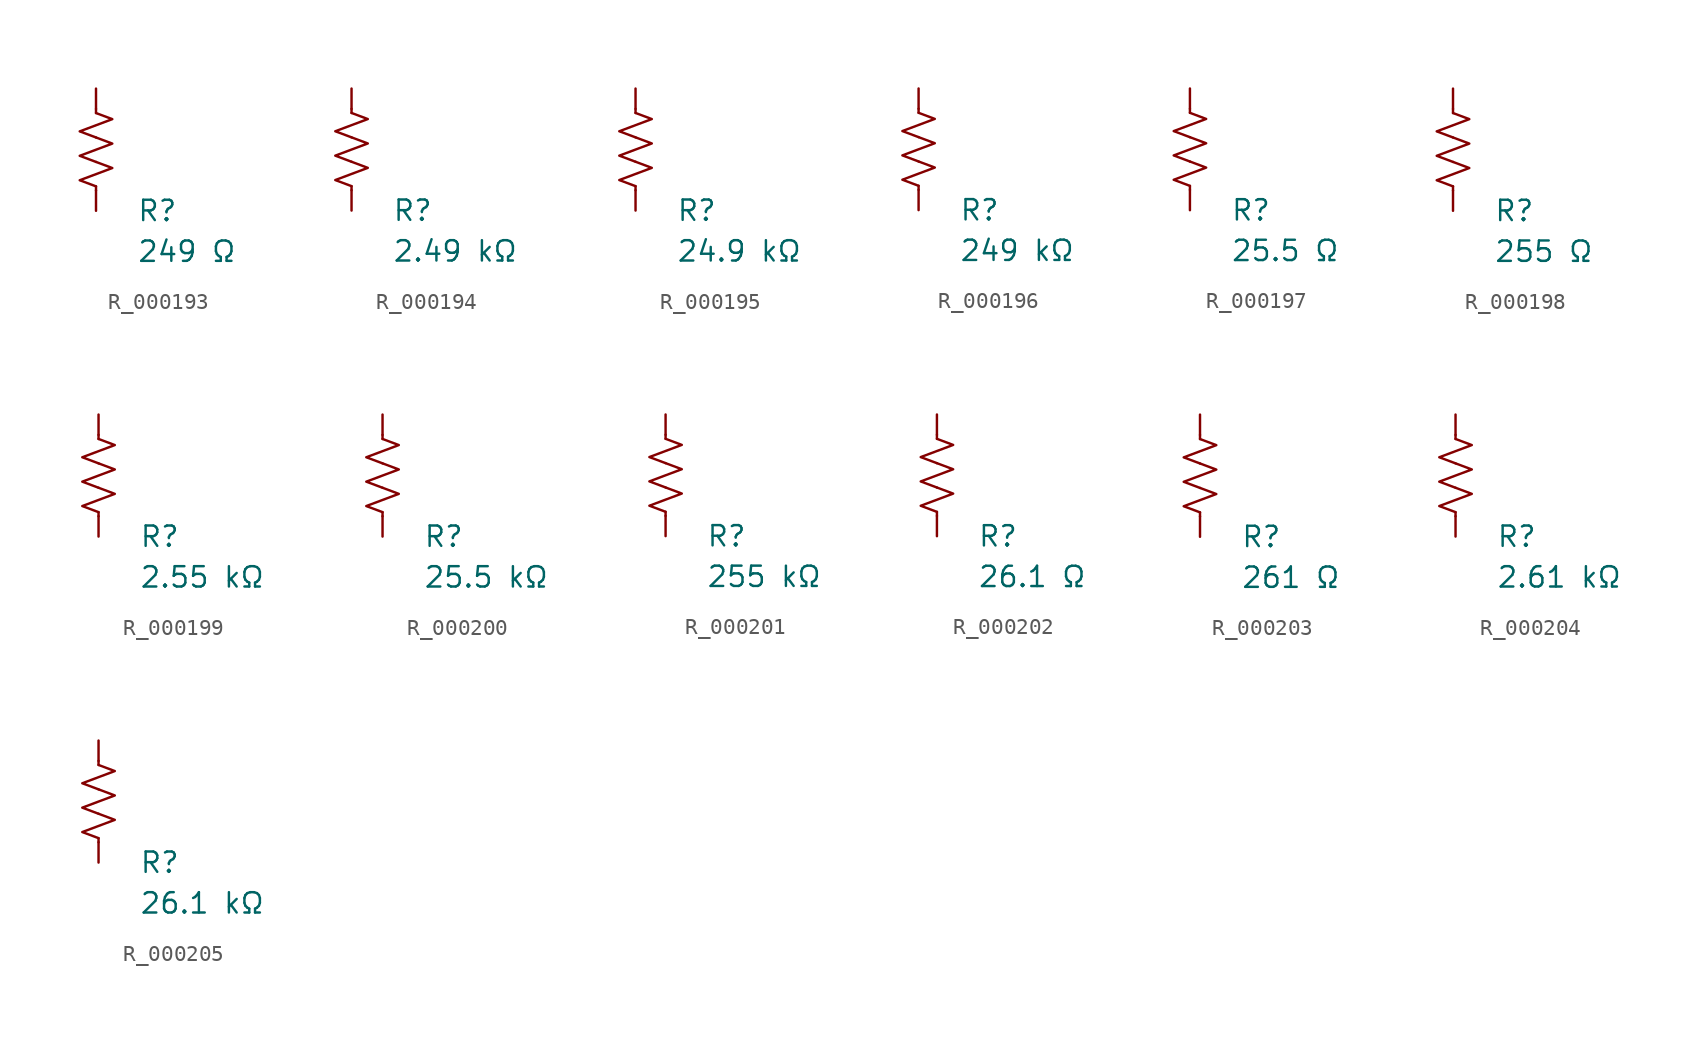
<source format=kicad_sym>
(kicad_symbol_lib
  (version 20231120)
  (generator "kicad_symbol_editor")
  (generator_version "8.0")
  (symbol "R_000193"
    (pin_numbers hide)
    (pin_names
      (offset 0))
    (property "Reference" "R"
      (at 2.54 -3.81 0)
      (effects (font (size 1.27 1.27)) (justify left))
      (show_name no))
    (property "Value" "249 Ω"
      (at 2.54 -6.35 0)
      (effects (font (size 1.27 1.27)) (justify left))
      (show_name no))
    (symbol "R_000193_0_1"
      (polyline (pts (xy 0 -2.286) (xy 0 -2.54)) (stroke (width 0) (type default)) (fill (type none)))
      (polyline (pts (xy 0 2.286) (xy 0 2.54)) (stroke (width 0) (type default)) (fill (type none)))
      (polyline (pts (xy 0 -0.762) (xy 1.016 -1.143) (xy 0 -1.524) (xy -1.016 -1.905) (xy 0 -2.286)) (stroke (width 0) (type default)) (fill (type none)))
      (polyline (pts (xy 0 0.762) (xy 1.016 0.381) (xy 0 0) (xy -1.016 -0.381) (xy 0 -0.762)) (stroke (width 0) (type default)) (fill (type none)))
      (polyline (pts (xy 0 2.286) (xy 1.016 1.905) (xy 0 1.524) (xy -1.016 1.143) (xy 0 0.762)) (stroke (width 0) (type default)) (fill (type none))))
    (symbol "R_000193_1_1"
      (pin passive line (at 0 3.81 270) (length 1.27) (name "~" (effects (font (size 1.27 1.27)))) (number "1" (effects (font (size 1.27 1.27)))))
      (pin passive line (at 0 -3.81 90) (length 1.27) (name "~" (effects (font (size 1.27 1.27)))) (number "2" (effects (font (size 1.27 1.27)))))))
  (symbol "R_000194"
    (pin_numbers hide)
    (pin_names
      (offset 0))
    (property "Reference" "R"
      (at 2.54 -3.81 0)
      (effects (font (size 1.27 1.27)) (justify left))
      (show_name no))
    (property "Value" "2.49 kΩ"
      (at 2.54 -6.35 0)
      (effects (font (size 1.27 1.27)) (justify left))
      (show_name no))
    (symbol "R_000194_0_1"
      (polyline (pts (xy 0 -2.286) (xy 0 -2.54)) (stroke (width 0) (type default)) (fill (type none)))
      (polyline (pts (xy 0 2.286) (xy 0 2.54)) (stroke (width 0) (type default)) (fill (type none)))
      (polyline (pts (xy 0 -0.762) (xy 1.016 -1.143) (xy 0 -1.524) (xy -1.016 -1.905) (xy 0 -2.286)) (stroke (width 0) (type default)) (fill (type none)))
      (polyline (pts (xy 0 0.762) (xy 1.016 0.381) (xy 0 0) (xy -1.016 -0.381) (xy 0 -0.762)) (stroke (width 0) (type default)) (fill (type none)))
      (polyline (pts (xy 0 2.286) (xy 1.016 1.905) (xy 0 1.524) (xy -1.016 1.143) (xy 0 0.762)) (stroke (width 0) (type default)) (fill (type none))))
    (symbol "R_000194_1_1"
      (pin passive line (at 0 3.81 270) (length 1.27) (name "~" (effects (font (size 1.27 1.27)))) (number "1" (effects (font (size 1.27 1.27)))))
      (pin passive line (at 0 -3.81 90) (length 1.27) (name "~" (effects (font (size 1.27 1.27)))) (number "2" (effects (font (size 1.27 1.27)))))))
  (symbol "R_000195"
    (pin_numbers hide)
    (pin_names
      (offset 0))
    (property "Reference" "R"
      (at 2.54 -3.81 0)
      (effects (font (size 1.27 1.27)) (justify left))
      (show_name no))
    (property "Value" "24.9 kΩ"
      (at 2.54 -6.35 0)
      (effects (font (size 1.27 1.27)) (justify left))
      (show_name no))
    (symbol "R_000195_0_1"
      (polyline (pts (xy 0 -2.286) (xy 0 -2.54)) (stroke (width 0) (type default)) (fill (type none)))
      (polyline (pts (xy 0 2.286) (xy 0 2.54)) (stroke (width 0) (type default)) (fill (type none)))
      (polyline (pts (xy 0 -0.762) (xy 1.016 -1.143) (xy 0 -1.524) (xy -1.016 -1.905) (xy 0 -2.286)) (stroke (width 0) (type default)) (fill (type none)))
      (polyline (pts (xy 0 0.762) (xy 1.016 0.381) (xy 0 0) (xy -1.016 -0.381) (xy 0 -0.762)) (stroke (width 0) (type default)) (fill (type none)))
      (polyline (pts (xy 0 2.286) (xy 1.016 1.905) (xy 0 1.524) (xy -1.016 1.143) (xy 0 0.762)) (stroke (width 0) (type default)) (fill (type none))))
    (symbol "R_000195_1_1"
      (pin passive line (at 0 3.81 270) (length 1.27) (name "~" (effects (font (size 1.27 1.27)))) (number "1" (effects (font (size 1.27 1.27)))))
      (pin passive line (at 0 -3.81 90) (length 1.27) (name "~" (effects (font (size 1.27 1.27)))) (number "2" (effects (font (size 1.27 1.27)))))))
  (symbol "R_000196"
    (pin_numbers hide)
    (pin_names
      (offset 0))
    (property "Reference" "R"
      (at 2.54 -3.81 0)
      (effects (font (size 1.27 1.27)) (justify left))
      (show_name no))
    (property "Value" "249 kΩ"
      (at 2.54 -6.35 0)
      (effects (font (size 1.27 1.27)) (justify left))
      (show_name no))
    (symbol "R_000196_0_1"
      (polyline (pts (xy 0 -2.286) (xy 0 -2.54)) (stroke (width 0) (type default)) (fill (type none)))
      (polyline (pts (xy 0 2.286) (xy 0 2.54)) (stroke (width 0) (type default)) (fill (type none)))
      (polyline (pts (xy 0 -0.762) (xy 1.016 -1.143) (xy 0 -1.524) (xy -1.016 -1.905) (xy 0 -2.286)) (stroke (width 0) (type default)) (fill (type none)))
      (polyline (pts (xy 0 0.762) (xy 1.016 0.381) (xy 0 0) (xy -1.016 -0.381) (xy 0 -0.762)) (stroke (width 0) (type default)) (fill (type none)))
      (polyline (pts (xy 0 2.286) (xy 1.016 1.905) (xy 0 1.524) (xy -1.016 1.143) (xy 0 0.762)) (stroke (width 0) (type default)) (fill (type none))))
    (symbol "R_000196_1_1"
      (pin passive line (at 0 3.81 270) (length 1.27) (name "~" (effects (font (size 1.27 1.27)))) (number "1" (effects (font (size 1.27 1.27)))))
      (pin passive line (at 0 -3.81 90) (length 1.27) (name "~" (effects (font (size 1.27 1.27)))) (number "2" (effects (font (size 1.27 1.27)))))))
  (symbol "R_000197"
    (pin_numbers hide)
    (pin_names
      (offset 0))
    (property "Reference" "R"
      (at 2.54 -3.81 0)
      (effects (font (size 1.27 1.27)) (justify left))
      (show_name no))
    (property "Value" "25.5 Ω"
      (at 2.54 -6.35 0)
      (effects (font (size 1.27 1.27)) (justify left))
      (show_name no))
    (symbol "R_000197_0_1"
      (polyline (pts (xy 0 -2.286) (xy 0 -2.54)) (stroke (width 0) (type default)) (fill (type none)))
      (polyline (pts (xy 0 2.286) (xy 0 2.54)) (stroke (width 0) (type default)) (fill (type none)))
      (polyline (pts (xy 0 -0.762) (xy 1.016 -1.143) (xy 0 -1.524) (xy -1.016 -1.905) (xy 0 -2.286)) (stroke (width 0) (type default)) (fill (type none)))
      (polyline (pts (xy 0 0.762) (xy 1.016 0.381) (xy 0 0) (xy -1.016 -0.381) (xy 0 -0.762)) (stroke (width 0) (type default)) (fill (type none)))
      (polyline (pts (xy 0 2.286) (xy 1.016 1.905) (xy 0 1.524) (xy -1.016 1.143) (xy 0 0.762)) (stroke (width 0) (type default)) (fill (type none))))
    (symbol "R_000197_1_1"
      (pin passive line (at 0 3.81 270) (length 1.27) (name "~" (effects (font (size 1.27 1.27)))) (number "1" (effects (font (size 1.27 1.27)))))
      (pin passive line (at 0 -3.81 90) (length 1.27) (name "~" (effects (font (size 1.27 1.27)))) (number "2" (effects (font (size 1.27 1.27)))))))
  (symbol "R_000198"
    (pin_numbers hide)
    (pin_names
      (offset 0))
    (property "Reference" "R"
      (at 2.54 -3.81 0)
      (effects (font (size 1.27 1.27)) (justify left))
      (show_name no))
    (property "Value" "255 Ω"
      (at 2.54 -6.35 0)
      (effects (font (size 1.27 1.27)) (justify left))
      (show_name no))
    (symbol "R_000198_0_1"
      (polyline (pts (xy 0 -2.286) (xy 0 -2.54)) (stroke (width 0) (type default)) (fill (type none)))
      (polyline (pts (xy 0 2.286) (xy 0 2.54)) (stroke (width 0) (type default)) (fill (type none)))
      (polyline (pts (xy 0 -0.762) (xy 1.016 -1.143) (xy 0 -1.524) (xy -1.016 -1.905) (xy 0 -2.286)) (stroke (width 0) (type default)) (fill (type none)))
      (polyline (pts (xy 0 0.762) (xy 1.016 0.381) (xy 0 0) (xy -1.016 -0.381) (xy 0 -0.762)) (stroke (width 0) (type default)) (fill (type none)))
      (polyline (pts (xy 0 2.286) (xy 1.016 1.905) (xy 0 1.524) (xy -1.016 1.143) (xy 0 0.762)) (stroke (width 0) (type default)) (fill (type none))))
    (symbol "R_000198_1_1"
      (pin passive line (at 0 3.81 270) (length 1.27) (name "~" (effects (font (size 1.27 1.27)))) (number "1" (effects (font (size 1.27 1.27)))))
      (pin passive line (at 0 -3.81 90) (length 1.27) (name "~" (effects (font (size 1.27 1.27)))) (number "2" (effects (font (size 1.27 1.27)))))))
  (symbol "R_000199"
    (pin_numbers hide)
    (pin_names
      (offset 0))
    (property "Reference" "R"
      (at 2.54 -3.81 0)
      (effects (font (size 1.27 1.27)) (justify left))
      (show_name no))
    (property "Value" "2.55 kΩ"
      (at 2.54 -6.35 0)
      (effects (font (size 1.27 1.27)) (justify left))
      (show_name no))
    (symbol "R_000199_0_1"
      (polyline (pts (xy 0 -2.286) (xy 0 -2.54)) (stroke (width 0) (type default)) (fill (type none)))
      (polyline (pts (xy 0 2.286) (xy 0 2.54)) (stroke (width 0) (type default)) (fill (type none)))
      (polyline (pts (xy 0 -0.762) (xy 1.016 -1.143) (xy 0 -1.524) (xy -1.016 -1.905) (xy 0 -2.286)) (stroke (width 0) (type default)) (fill (type none)))
      (polyline (pts (xy 0 0.762) (xy 1.016 0.381) (xy 0 0) (xy -1.016 -0.381) (xy 0 -0.762)) (stroke (width 0) (type default)) (fill (type none)))
      (polyline (pts (xy 0 2.286) (xy 1.016 1.905) (xy 0 1.524) (xy -1.016 1.143) (xy 0 0.762)) (stroke (width 0) (type default)) (fill (type none))))
    (symbol "R_000199_1_1"
      (pin passive line (at 0 3.81 270) (length 1.27) (name "~" (effects (font (size 1.27 1.27)))) (number "1" (effects (font (size 1.27 1.27)))))
      (pin passive line (at 0 -3.81 90) (length 1.27) (name "~" (effects (font (size 1.27 1.27)))) (number "2" (effects (font (size 1.27 1.27)))))))
  (symbol "R_000200"
    (pin_numbers hide)
    (pin_names
      (offset 0))
    (property "Reference" "R"
      (at 2.54 -3.81 0)
      (effects (font (size 1.27 1.27)) (justify left))
      (show_name no))
    (property "Value" "25.5 kΩ"
      (at 2.54 -6.35 0)
      (effects (font (size 1.27 1.27)) (justify left))
      (show_name no))
    (symbol "R_000200_0_1"
      (polyline (pts (xy 0 -2.286) (xy 0 -2.54)) (stroke (width 0) (type default)) (fill (type none)))
      (polyline (pts (xy 0 2.286) (xy 0 2.54)) (stroke (width 0) (type default)) (fill (type none)))
      (polyline (pts (xy 0 -0.762) (xy 1.016 -1.143) (xy 0 -1.524) (xy -1.016 -1.905) (xy 0 -2.286)) (stroke (width 0) (type default)) (fill (type none)))
      (polyline (pts (xy 0 0.762) (xy 1.016 0.381) (xy 0 0) (xy -1.016 -0.381) (xy 0 -0.762)) (stroke (width 0) (type default)) (fill (type none)))
      (polyline (pts (xy 0 2.286) (xy 1.016 1.905) (xy 0 1.524) (xy -1.016 1.143) (xy 0 0.762)) (stroke (width 0) (type default)) (fill (type none))))
    (symbol "R_000200_1_1"
      (pin passive line (at 0 3.81 270) (length 1.27) (name "~" (effects (font (size 1.27 1.27)))) (number "1" (effects (font (size 1.27 1.27)))))
      (pin passive line (at 0 -3.81 90) (length 1.27) (name "~" (effects (font (size 1.27 1.27)))) (number "2" (effects (font (size 1.27 1.27)))))))
  (symbol "R_000201"
    (pin_numbers hide)
    (pin_names
      (offset 0))
    (property "Reference" "R"
      (at 2.54 -3.81 0)
      (effects (font (size 1.27 1.27)) (justify left))
      (show_name no))
    (property "Value" "255 kΩ"
      (at 2.54 -6.35 0)
      (effects (font (size 1.27 1.27)) (justify left))
      (show_name no))
    (symbol "R_000201_0_1"
      (polyline (pts (xy 0 -2.286) (xy 0 -2.54)) (stroke (width 0) (type default)) (fill (type none)))
      (polyline (pts (xy 0 2.286) (xy 0 2.54)) (stroke (width 0) (type default)) (fill (type none)))
      (polyline (pts (xy 0 -0.762) (xy 1.016 -1.143) (xy 0 -1.524) (xy -1.016 -1.905) (xy 0 -2.286)) (stroke (width 0) (type default)) (fill (type none)))
      (polyline (pts (xy 0 0.762) (xy 1.016 0.381) (xy 0 0) (xy -1.016 -0.381) (xy 0 -0.762)) (stroke (width 0) (type default)) (fill (type none)))
      (polyline (pts (xy 0 2.286) (xy 1.016 1.905) (xy 0 1.524) (xy -1.016 1.143) (xy 0 0.762)) (stroke (width 0) (type default)) (fill (type none))))
    (symbol "R_000201_1_1"
      (pin passive line (at 0 3.81 270) (length 1.27) (name "~" (effects (font (size 1.27 1.27)))) (number "1" (effects (font (size 1.27 1.27)))))
      (pin passive line (at 0 -3.81 90) (length 1.27) (name "~" (effects (font (size 1.27 1.27)))) (number "2" (effects (font (size 1.27 1.27)))))))
  (symbol "R_000202"
    (pin_numbers hide)
    (pin_names
      (offset 0))
    (property "Reference" "R"
      (at 2.54 -3.81 0)
      (effects (font (size 1.27 1.27)) (justify left))
      (show_name no))
    (property "Value" "26.1 Ω"
      (at 2.54 -6.35 0)
      (effects (font (size 1.27 1.27)) (justify left))
      (show_name no))
    (symbol "R_000202_0_1"
      (polyline (pts (xy 0 -2.286) (xy 0 -2.54)) (stroke (width 0) (type default)) (fill (type none)))
      (polyline (pts (xy 0 2.286) (xy 0 2.54)) (stroke (width 0) (type default)) (fill (type none)))
      (polyline (pts (xy 0 -0.762) (xy 1.016 -1.143) (xy 0 -1.524) (xy -1.016 -1.905) (xy 0 -2.286)) (stroke (width 0) (type default)) (fill (type none)))
      (polyline (pts (xy 0 0.762) (xy 1.016 0.381) (xy 0 0) (xy -1.016 -0.381) (xy 0 -0.762)) (stroke (width 0) (type default)) (fill (type none)))
      (polyline (pts (xy 0 2.286) (xy 1.016 1.905) (xy 0 1.524) (xy -1.016 1.143) (xy 0 0.762)) (stroke (width 0) (type default)) (fill (type none))))
    (symbol "R_000202_1_1"
      (pin passive line (at 0 3.81 270) (length 1.27) (name "~" (effects (font (size 1.27 1.27)))) (number "1" (effects (font (size 1.27 1.27)))))
      (pin passive line (at 0 -3.81 90) (length 1.27) (name "~" (effects (font (size 1.27 1.27)))) (number "2" (effects (font (size 1.27 1.27)))))))
  (symbol "R_000203"
    (pin_numbers hide)
    (pin_names
      (offset 0))
    (property "Reference" "R"
      (at 2.54 -3.81 0)
      (effects (font (size 1.27 1.27)) (justify left))
      (show_name no))
    (property "Value" "261 Ω"
      (at 2.54 -6.35 0)
      (effects (font (size 1.27 1.27)) (justify left))
      (show_name no))
    (symbol "R_000203_0_1"
      (polyline (pts (xy 0 -2.286) (xy 0 -2.54)) (stroke (width 0) (type default)) (fill (type none)))
      (polyline (pts (xy 0 2.286) (xy 0 2.54)) (stroke (width 0) (type default)) (fill (type none)))
      (polyline (pts (xy 0 -0.762) (xy 1.016 -1.143) (xy 0 -1.524) (xy -1.016 -1.905) (xy 0 -2.286)) (stroke (width 0) (type default)) (fill (type none)))
      (polyline (pts (xy 0 0.762) (xy 1.016 0.381) (xy 0 0) (xy -1.016 -0.381) (xy 0 -0.762)) (stroke (width 0) (type default)) (fill (type none)))
      (polyline (pts (xy 0 2.286) (xy 1.016 1.905) (xy 0 1.524) (xy -1.016 1.143) (xy 0 0.762)) (stroke (width 0) (type default)) (fill (type none))))
    (symbol "R_000203_1_1"
      (pin passive line (at 0 3.81 270) (length 1.27) (name "~" (effects (font (size 1.27 1.27)))) (number "1" (effects (font (size 1.27 1.27)))))
      (pin passive line (at 0 -3.81 90) (length 1.27) (name "~" (effects (font (size 1.27 1.27)))) (number "2" (effects (font (size 1.27 1.27)))))))
  (symbol "R_000204"
    (pin_numbers hide)
    (pin_names
      (offset 0))
    (property "Reference" "R"
      (at 2.54 -3.81 0)
      (effects (font (size 1.27 1.27)) (justify left))
      (show_name no))
    (property "Value" "2.61 kΩ"
      (at 2.54 -6.35 0)
      (effects (font (size 1.27 1.27)) (justify left))
      (show_name no))
    (symbol "R_000204_0_1"
      (polyline (pts (xy 0 -2.286) (xy 0 -2.54)) (stroke (width 0) (type default)) (fill (type none)))
      (polyline (pts (xy 0 2.286) (xy 0 2.54)) (stroke (width 0) (type default)) (fill (type none)))
      (polyline (pts (xy 0 -0.762) (xy 1.016 -1.143) (xy 0 -1.524) (xy -1.016 -1.905) (xy 0 -2.286)) (stroke (width 0) (type default)) (fill (type none)))
      (polyline (pts (xy 0 0.762) (xy 1.016 0.381) (xy 0 0) (xy -1.016 -0.381) (xy 0 -0.762)) (stroke (width 0) (type default)) (fill (type none)))
      (polyline (pts (xy 0 2.286) (xy 1.016 1.905) (xy 0 1.524) (xy -1.016 1.143) (xy 0 0.762)) (stroke (width 0) (type default)) (fill (type none))))
    (symbol "R_000204_1_1"
      (pin passive line (at 0 3.81 270) (length 1.27) (name "~" (effects (font (size 1.27 1.27)))) (number "1" (effects (font (size 1.27 1.27)))))
      (pin passive line (at 0 -3.81 90) (length 1.27) (name "~" (effects (font (size 1.27 1.27)))) (number "2" (effects (font (size 1.27 1.27)))))))
  (symbol "R_000205"
    (pin_numbers hide)
    (pin_names
      (offset 0))
    (property "Reference" "R"
      (at 2.54 -3.81 0)
      (effects (font (size 1.27 1.27)) (justify left))
      (show_name no))
    (property "Value" "26.1 kΩ"
      (at 2.54 -6.35 0)
      (effects (font (size 1.27 1.27)) (justify left))
      (show_name no))
    (symbol "R_000205_0_1"
      (polyline (pts (xy 0 -2.286) (xy 0 -2.54)) (stroke (width 0) (type default)) (fill (type none)))
      (polyline (pts (xy 0 2.286) (xy 0 2.54)) (stroke (width 0) (type default)) (fill (type none)))
      (polyline (pts (xy 0 -0.762) (xy 1.016 -1.143) (xy 0 -1.524) (xy -1.016 -1.905) (xy 0 -2.286)) (stroke (width 0) (type default)) (fill (type none)))
      (polyline (pts (xy 0 0.762) (xy 1.016 0.381) (xy 0 0) (xy -1.016 -0.381) (xy 0 -0.762)) (stroke (width 0) (type default)) (fill (type none)))
      (polyline (pts (xy 0 2.286) (xy 1.016 1.905) (xy 0 1.524) (xy -1.016 1.143) (xy 0 0.762)) (stroke (width 0) (type default)) (fill (type none))))
    (symbol "R_000205_1_1"
      (pin passive line (at 0 3.81 270) (length 1.27) (name "~" (effects (font (size 1.27 1.27)))) (number "1" (effects (font (size 1.27 1.27)))))
      (pin passive line (at 0 -3.81 90) (length 1.27) (name "~" (effects (font (size 1.27 1.27)))) (number "2" (effects (font (size 1.27 1.27))))))))
</source>
